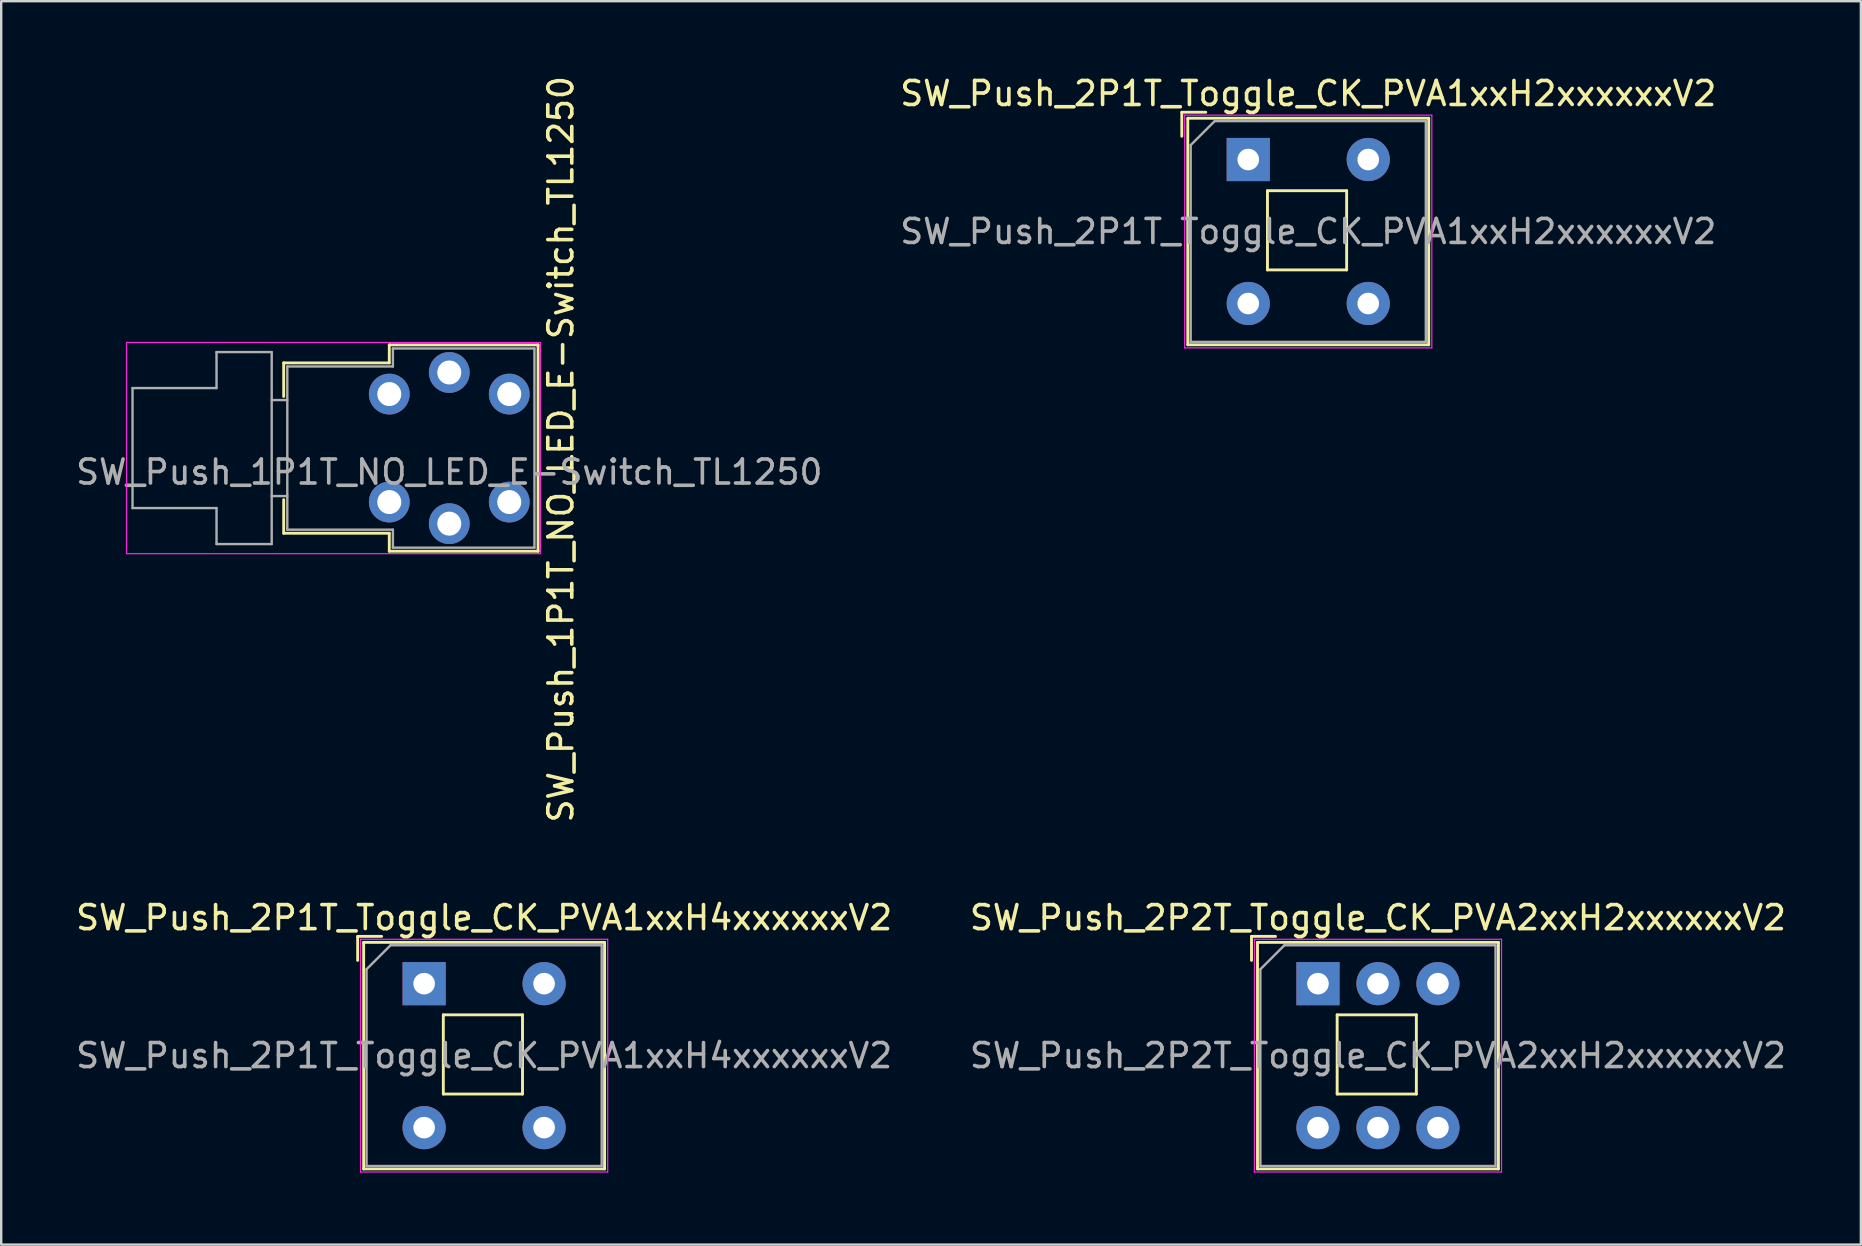
<source format=kicad_pcb>
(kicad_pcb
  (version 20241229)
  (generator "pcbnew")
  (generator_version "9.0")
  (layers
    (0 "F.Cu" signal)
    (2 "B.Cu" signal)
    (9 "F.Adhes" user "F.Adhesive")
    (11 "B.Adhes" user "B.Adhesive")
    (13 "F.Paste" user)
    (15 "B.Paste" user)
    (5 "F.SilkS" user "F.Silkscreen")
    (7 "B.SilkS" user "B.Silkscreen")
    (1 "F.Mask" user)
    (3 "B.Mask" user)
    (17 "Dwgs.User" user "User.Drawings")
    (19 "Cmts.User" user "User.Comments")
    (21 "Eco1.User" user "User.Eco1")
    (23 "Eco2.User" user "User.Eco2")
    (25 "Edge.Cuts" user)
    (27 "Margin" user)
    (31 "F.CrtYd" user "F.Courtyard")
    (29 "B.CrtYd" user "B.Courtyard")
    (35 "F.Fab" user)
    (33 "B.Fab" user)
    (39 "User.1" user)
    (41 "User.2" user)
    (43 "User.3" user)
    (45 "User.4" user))
  (footprint "SW_Push_2P1T_Toggle_CK_PVA1xxH2xxxxxxV2"
    (layer "F.Cu")
    (at 48.97 3.598)
    (property "Reference" "SW_Push_2P1T_Toggle_CK_PVA1xxH2xxxxxxV2" (at 2.5 -2.75 0) (layer "F.SilkS") (effects (font (size 1 1) (thickness 0.15))))
    (attr through_hole)
    (fp_line (start -2.77 -0.97) (end -2.77 -1.97) (stroke (width 0.12) (type solid)) (layer "F.SilkS"))
    (fp_line (start -2.52 7.72) (end -2.52 -1.72) (stroke (width 0.12) (type solid)) (layer "F.SilkS"))
    (fp_line (start -1.77 -1.97) (end -2.77 -1.97) (stroke (width 0.12) (type solid)) (layer "F.SilkS"))
    (fp_line (start 0.8 1.3) (end 0.8 4.6) (stroke (width 0.12) (type solid)) (layer "F.SilkS"))
    (fp_line (start 4.1 1.3) (end 0.8 1.3) (stroke (width 0.12) (type solid)) (layer "F.SilkS"))
    (fp_line (start 4.1 1.3) (end 4.1 4.6) (stroke (width 0.12) (type solid)) (layer "F.SilkS"))
    (fp_line (start 4.1 4.6) (end 0.8 4.6) (stroke (width 0.12) (type solid)) (layer "F.SilkS"))
    (fp_line (start 7.52 -1.72) (end -2.52 -1.72) (stroke (width 0.12) (type solid)) (layer "F.SilkS"))
    (fp_line (start 7.52 7.72) (end -2.52 7.72) (stroke (width 0.12) (type solid)) (layer "F.SilkS"))
    (fp_line (start 7.52 7.72) (end 7.52 -1.72) (stroke (width 0.12) (type solid)) (layer "F.SilkS"))
    (fp_line (start -2.65 -1.85) (end 7.65 -1.85) (stroke (width 0.05) (type solid)) (layer "F.CrtYd"))
    (fp_line (start -2.65 7.85) (end -2.65 -1.85) (stroke (width 0.05) (type solid)) (layer "F.CrtYd"))
    (fp_line (start -2.65 7.85) (end 7.65 7.85) (stroke (width 0.05) (type solid)) (layer "F.CrtYd"))
    (fp_line (start 7.65 -1.85) (end 7.65 7.85) (stroke (width 0.05) (type solid)) (layer "F.CrtYd"))
    (fp_line (start -2.4 -0.6) (end -1.4 -1.6) (stroke (width 0.1) (type solid)) (layer "F.Fab"))
    (fp_line (start -2.4 7.6) (end -2.4 -0.6) (stroke (width 0.1) (type solid)) (layer "F.Fab"))
    (fp_line (start -1.4 -1.6) (end 7.4 -1.6) (stroke (width 0.1) (type solid)) (layer "F.Fab"))
    (fp_line (start 7.4 -1.6) (end 7.4 7.6) (stroke (width 0.1) (type solid)) (layer "F.Fab"))
    (fp_line (start 7.4 7.6) (end -2.4 7.6) (stroke (width 0.1) (type solid)) (layer "F.Fab"))
    (fp_text user "${REFERENCE}" (at 2.5 3 0) (layer "F.Fab") (effects (font (size 1 1) (thickness 0.15))))
    (pad "1" thru_hole rect (at 0 0) (size 1.8 1.8) (drill 0.9) (layers "*.Cu" "*.Mask"))
    (pad "2" thru_hole circle (at 5 0) (size 1.8 1.8) (drill 0.9) (layers "*.Cu" "*.Mask"))
    (pad "3" thru_hole circle (at 0 6) (size 1.8 1.8) (drill 0.9) (layers "*.Cu" "*.Mask"))
    (pad "4" thru_hole circle (at 5 6) (size 1.8 1.8) (drill 0.9) (layers "*.Cu" "*.Mask")))
  (footprint "SW_Push_1P1T_NO_LED_E-Switch_TL1250"
    (layer "F.Cu")
    (at 13.173 13.373)
    (property "Reference" "SW_Push_1P1T_NO_LED_E-Switch_TL1250" (at 7.15 2.3 90) (layer "F.SilkS") (effects (font (size 1 1) (thickness 0.15))))
    (attr through_hole)
    (fp_line (start -4.4 -1.3) (end -4.4 0.1) (stroke (width 0.12) (type solid)) (layer "F.SilkS"))
    (fp_line (start -4.4 5.8) (end -4.4 4.4) (stroke (width 0.12) (type solid)) (layer "F.SilkS"))
    (fp_line (start 0 -2.05) (end 6.2 -2.05) (stroke (width 0.12) (type solid)) (layer "F.SilkS"))
    (fp_line (start 0 -1.3) (end -4.4 -1.3) (stroke (width 0.12) (type solid)) (layer "F.SilkS"))
    (fp_line (start 0 -1.3) (end 0 -2.05) (stroke (width 0.12) (type solid)) (layer "F.SilkS"))
    (fp_line (start 0 5.8) (end -4.4 5.8) (stroke (width 0.12) (type solid)) (layer "F.SilkS"))
    (fp_line (start 0 6.55) (end 0 5.8) (stroke (width 0.12) (type solid)) (layer "F.SilkS"))
    (fp_line (start 6.2 -2.05) (end 6.2 6.55) (stroke (width 0.12) (type solid)) (layer "F.SilkS"))
    (fp_line (start 6.2 6.55) (end 0 6.55) (stroke (width 0.12) (type solid)) (layer "F.SilkS"))
    (fp_line (start -10.95 6.65) (end -10.95 -2.15) (stroke (width 0.05) (type solid)) (layer "F.CrtYd"))
    (fp_line (start 6.3 -2.15) (end -10.95 -2.15) (stroke (width 0.05) (type solid)) (layer "F.CrtYd"))
    (fp_line (start 6.3 -2.15) (end 6.3 6.65) (stroke (width 0.05) (type solid)) (layer "F.CrtYd"))
    (fp_line (start 6.3 6.65) (end -10.95 6.65) (stroke (width 0.05) (type solid)) (layer "F.CrtYd"))
    (fp_line (start -10.7 -0.25) (end -10.7 4.75) (stroke (width 0.1) (type solid)) (layer "F.Fab"))
    (fp_line (start -10.7 4.75) (end -7.2 4.75) (stroke (width 0.1) (type solid)) (layer "F.Fab"))
    (fp_line (start -7.2 -1.75) (end -7.2 -0.25) (stroke (width 0.1) (type solid)) (layer "F.Fab"))
    (fp_line (start -7.2 -0.25) (end -10.7 -0.25) (stroke (width 0.1) (type solid)) (layer "F.Fab"))
    (fp_line (start -7.2 4.75) (end -7.2 6.25) (stroke (width 0.1) (type solid)) (layer "F.Fab"))
    (fp_line (start -7.2 6.25) (end -4.9 6.25) (stroke (width 0.1) (type solid)) (layer "F.Fab"))
    (fp_line (start -4.9 -1.75) (end -7.2 -1.75) (stroke (width 0.1) (type solid)) (layer "F.Fab"))
    (fp_line (start -4.9 0.25) (end -4.25 0.25) (stroke (width 0.1) (type solid)) (layer "F.Fab"))
    (fp_line (start -4.9 4.25) (end -4.25 4.25) (stroke (width 0.1) (type solid)) (layer "F.Fab"))
    (fp_line (start -4.9 6.25) (end -4.9 -1.75) (stroke (width 0.1) (type solid)) (layer "F.Fab"))
    (fp_line (start -4.25 -1.15) (end -4.25 5.65) (stroke (width 0.1) (type solid)) (layer "F.Fab"))
    (fp_line (start -4.25 5.65) (end 0.15 5.65) (stroke (width 0.1) (type solid)) (layer "F.Fab"))
    (fp_line (start 0.15 -1.9) (end 0.15 -1.15) (stroke (width 0.1) (type solid)) (layer "F.Fab"))
    (fp_line (start 0.15 -1.15) (end -4.25 -1.15) (stroke (width 0.1) (type solid)) (layer "F.Fab"))
    (fp_line (start 0.15 5.65) (end 0.15 6.4) (stroke (width 0.1) (type solid)) (layer "F.Fab"))
    (fp_line (start 0.15 6.4) (end 6.05 6.4) (stroke (width 0.1) (type solid)) (layer "F.Fab"))
    (fp_line (start 6.05 -1.9) (end 0.15 -1.9) (stroke (width 0.1) (type solid)) (layer "F.Fab"))
    (fp_line (start 6.05 6.4) (end 6.05 -1.9) (stroke (width 0.1) (type solid)) (layer "F.Fab"))
    (fp_text user "${REFERENCE}" (at 2.5 3.25 0) (layer "F.Fab") (effects (font (size 1 1) (thickness 0.15))))
    (pad "1" thru_hole circle (at 0 0) (size 1.7 1.7) (drill 1) (layers "*.Cu" "*.Mask"))
    (pad "1" thru_hole circle (at 5 0) (size 1.7 1.7) (drill 1) (layers "*.Cu" "*.Mask"))
    (pad "2" thru_hole circle (at 0 4.5) (size 1.7 1.7) (drill 1) (layers "*.Cu" "*.Mask"))
    (pad "2" thru_hole circle (at 5 4.5) (size 1.7 1.7) (drill 1) (layers "*.Cu" "*.Mask"))
    (pad "3" thru_hole circle (at 2.5 -0.9) (size 1.7 1.7) (drill 1) (layers "*.Cu" "*.Mask"))
    (pad "4" thru_hole circle (at 2.5 5.4) (size 1.7 1.7) (drill 1) (layers "*.Cu" "*.Mask")))
  (footprint "SW_Push_2P2T_Toggle_CK_PVA2xxH2xxxxxxV2"
    (layer "F.Cu")
    (at 51.875 37.943)
    (property "Reference" "SW_Push_2P2T_Toggle_CK_PVA2xxH2xxxxxxV2" (at 2.5 -2.75 0) (layer "F.SilkS") (effects (font (size 1 1) (thickness 0.15))))
    (attr through_hole)
    (fp_line (start -2.77 -0.97) (end -2.77 -1.97) (stroke (width 0.12) (type solid)) (layer "F.SilkS"))
    (fp_line (start -2.52 7.72) (end -2.52 -1.72) (stroke (width 0.12) (type solid)) (layer "F.SilkS"))
    (fp_line (start -1.77 -1.97) (end -2.77 -1.97) (stroke (width 0.12) (type solid)) (layer "F.SilkS"))
    (fp_line (start 0.8 1.3) (end 0.8 4.6) (stroke (width 0.12) (type solid)) (layer "F.SilkS"))
    (fp_line (start 4.1 1.3) (end 0.8 1.3) (stroke (width 0.12) (type solid)) (layer "F.SilkS"))
    (fp_line (start 4.1 1.3) (end 4.1 4.6) (stroke (width 0.12) (type solid)) (layer "F.SilkS"))
    (fp_line (start 4.1 4.6) (end 0.8 4.6) (stroke (width 0.12) (type solid)) (layer "F.SilkS"))
    (fp_line (start 7.52 -1.72) (end -2.52 -1.72) (stroke (width 0.12) (type solid)) (layer "F.SilkS"))
    (fp_line (start 7.52 7.72) (end -2.52 7.72) (stroke (width 0.12) (type solid)) (layer "F.SilkS"))
    (fp_line (start 7.52 7.72) (end 7.52 -1.72) (stroke (width 0.12) (type solid)) (layer "F.SilkS"))
    (fp_line (start -2.65 -1.85) (end 7.65 -1.85) (stroke (width 0.05) (type solid)) (layer "F.CrtYd"))
    (fp_line (start -2.65 7.85) (end -2.65 -1.85) (stroke (width 0.05) (type solid)) (layer "F.CrtYd"))
    (fp_line (start -2.65 7.85) (end 7.65 7.85) (stroke (width 0.05) (type solid)) (layer "F.CrtYd"))
    (fp_line (start 7.65 -1.85) (end 7.65 7.85) (stroke (width 0.05) (type solid)) (layer "F.CrtYd"))
    (fp_line (start -2.4 -0.6) (end -1.4 -1.6) (stroke (width 0.1) (type solid)) (layer "F.Fab"))
    (fp_line (start -2.4 7.6) (end -2.4 -0.6) (stroke (width 0.1) (type solid)) (layer "F.Fab"))
    (fp_line (start -1.4 -1.6) (end 7.4 -1.6) (stroke (width 0.1) (type solid)) (layer "F.Fab"))
    (fp_line (start 7.4 -1.6) (end 7.4 7.6) (stroke (width 0.1) (type solid)) (layer "F.Fab"))
    (fp_line (start 7.4 7.6) (end -2.4 7.6) (stroke (width 0.1) (type solid)) (layer "F.Fab"))
    (fp_text user "${REFERENCE}" (at 2.5 3 0) (layer "F.Fab") (effects (font (size 1 1) (thickness 0.15))))
    (pad "1" thru_hole rect (at 0 0) (size 1.8 1.8) (drill 0.9) (layers "*.Cu" "*.Mask"))
    (pad "2" thru_hole circle (at 2.5 0) (size 1.8 1.8) (drill 0.9) (layers "*.Cu" "*.Mask"))
    (pad "3" thru_hole circle (at 5 0) (size 1.8 1.8) (drill 0.9) (layers "*.Cu" "*.Mask"))
    (pad "4" thru_hole circle (at 0 6) (size 1.8 1.8) (drill 0.9) (layers "*.Cu" "*.Mask"))
    (pad "5" thru_hole circle (at 2.5 6) (size 1.8 1.8) (drill 0.9) (layers "*.Cu" "*.Mask"))
    (pad "6" thru_hole circle (at 5 6) (size 1.8 1.8) (drill 0.9) (layers "*.Cu" "*.Mask")))
  (footprint "SW_Push_2P1T_Toggle_CK_PVA1xxH4xxxxxxV2"
    (layer "F.Cu")
    (at 14.625 37.943)
    (property "Reference" "SW_Push_2P1T_Toggle_CK_PVA1xxH4xxxxxxV2" (at 2.5 -2.75 0) (layer "F.SilkS") (effects (font (size 1 1) (thickness 0.15))))
    (attr through_hole)
    (fp_line (start -2.77 -0.97) (end -2.77 -1.97) (stroke (width 0.12) (type solid)) (layer "F.SilkS"))
    (fp_line (start -2.52 7.72) (end -2.52 -1.72) (stroke (width 0.12) (type solid)) (layer "F.SilkS"))
    (fp_line (start -1.77 -1.97) (end -2.77 -1.97) (stroke (width 0.12) (type solid)) (layer "F.SilkS"))
    (fp_line (start 0.8 1.3) (end 0.8 4.6) (stroke (width 0.12) (type solid)) (layer "F.SilkS"))
    (fp_line (start 4.1 1.3) (end 0.8 1.3) (stroke (width 0.12) (type solid)) (layer "F.SilkS"))
    (fp_line (start 4.1 1.3) (end 4.1 4.6) (stroke (width 0.12) (type solid)) (layer "F.SilkS"))
    (fp_line (start 4.1 4.6) (end 0.8 4.6) (stroke (width 0.12) (type solid)) (layer "F.SilkS"))
    (fp_line (start 7.52 -1.72) (end -2.52 -1.72) (stroke (width 0.12) (type solid)) (layer "F.SilkS"))
    (fp_line (start 7.52 7.72) (end -2.52 7.72) (stroke (width 0.12) (type solid)) (layer "F.SilkS"))
    (fp_line (start 7.52 7.72) (end 7.52 -1.72) (stroke (width 0.12) (type solid)) (layer "F.SilkS"))
    (fp_line (start -2.65 -1.85) (end 7.65 -1.85) (stroke (width 0.05) (type solid)) (layer "F.CrtYd"))
    (fp_line (start -2.65 7.85) (end -2.65 -1.85) (stroke (width 0.05) (type solid)) (layer "F.CrtYd"))
    (fp_line (start -2.65 7.85) (end 7.65 7.85) (stroke (width 0.05) (type solid)) (layer "F.CrtYd"))
    (fp_line (start 7.65 -1.85) (end 7.65 7.85) (stroke (width 0.05) (type solid)) (layer "F.CrtYd"))
    (fp_line (start -2.4 -0.6) (end -1.4 -1.6) (stroke (width 0.1) (type solid)) (layer "F.Fab"))
    (fp_line (start -2.4 7.6) (end -2.4 -0.6) (stroke (width 0.1) (type solid)) (layer "F.Fab"))
    (fp_line (start -1.4 -1.6) (end 7.4 -1.6) (stroke (width 0.1) (type solid)) (layer "F.Fab"))
    (fp_line (start 7.4 -1.6) (end 7.4 7.6) (stroke (width 0.1) (type solid)) (layer "F.Fab"))
    (fp_line (start 7.4 7.6) (end -2.4 7.6) (stroke (width 0.1) (type solid)) (layer "F.Fab"))
    (fp_text user "${REFERENCE}" (at 2.5 3 0) (layer "F.Fab") (effects (font (size 1 1) (thickness 0.15))))
    (pad "1" thru_hole rect (at 0 0) (size 1.8 1.8) (drill 0.9) (layers "*.Cu" "*.Mask"))
    (pad "2" thru_hole circle (at 5 0) (size 1.8 1.8) (drill 0.9) (layers "*.Cu" "*.Mask"))
    (pad "3" thru_hole circle (at 0 6) (size 1.8 1.8) (drill 0.9) (layers "*.Cu" "*.Mask"))
    (pad "4" thru_hole circle (at 5 6) (size 1.8 1.8) (drill 0.9) (layers "*.Cu" "*.Mask")))
  (gr_rect
    (start -3 -3)
    (end 74.5 48.818)
    (stroke (width 0.1) (type default))
    (fill no)
    (layer "Edge.Cuts")))
</source>
